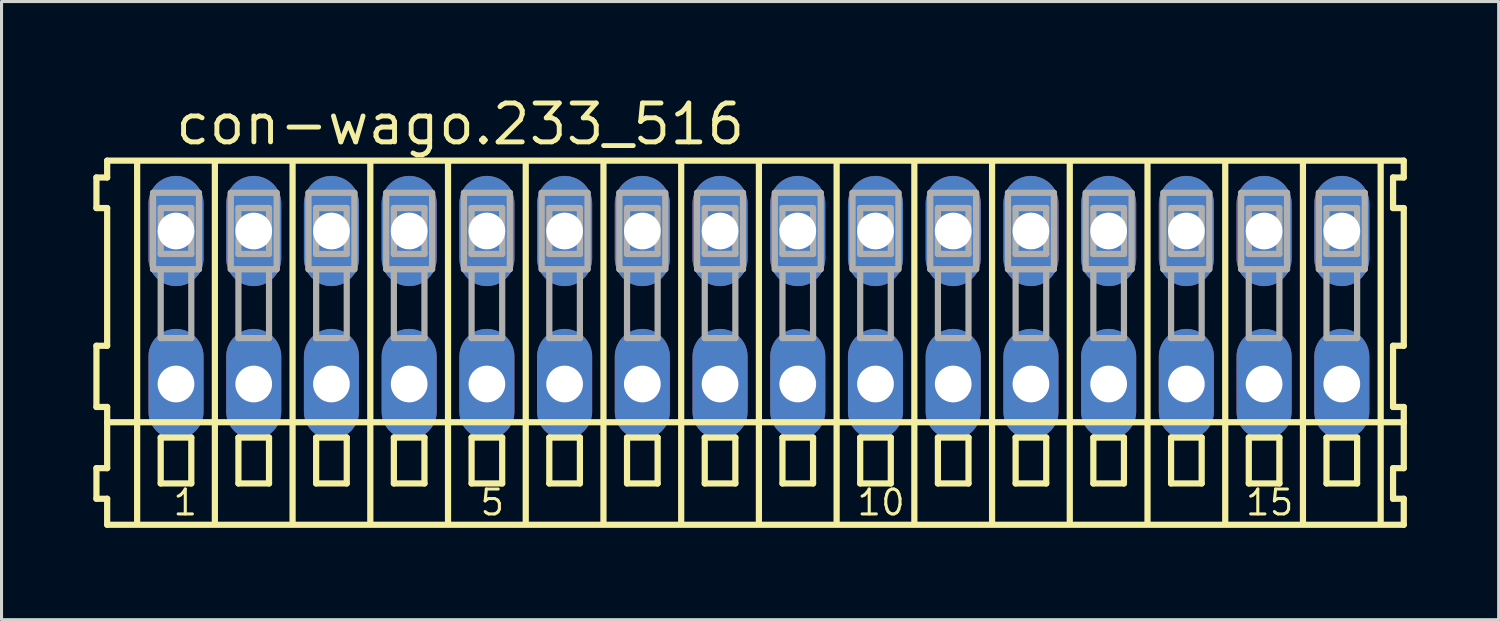
<source format=kicad_pcb>
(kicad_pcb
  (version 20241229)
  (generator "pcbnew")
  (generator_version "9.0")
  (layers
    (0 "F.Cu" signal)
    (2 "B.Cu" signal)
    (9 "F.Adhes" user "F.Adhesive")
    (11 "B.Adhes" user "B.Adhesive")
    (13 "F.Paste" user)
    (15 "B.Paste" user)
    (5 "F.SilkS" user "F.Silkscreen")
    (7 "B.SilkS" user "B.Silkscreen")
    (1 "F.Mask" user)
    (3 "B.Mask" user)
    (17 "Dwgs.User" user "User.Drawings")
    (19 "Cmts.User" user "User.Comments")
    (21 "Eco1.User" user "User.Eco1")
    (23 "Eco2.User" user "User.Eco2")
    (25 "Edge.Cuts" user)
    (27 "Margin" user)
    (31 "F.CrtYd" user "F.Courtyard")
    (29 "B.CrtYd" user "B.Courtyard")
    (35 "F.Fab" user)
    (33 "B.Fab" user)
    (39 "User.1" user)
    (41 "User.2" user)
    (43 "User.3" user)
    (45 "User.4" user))
  (footprint "con-wago.233_516"
    (layer "F.Cu")
    (at 21.752 7)
    (property "Reference" "con-wago.233_516" (at -19.15 -5.25 0) (layer "F.SilkS") (effects (font (size 1.27 1.27) (thickness 0.16)) (justify left bottom)))
    (attr through_hole)
    (fp_line (start -21.65 -4.25) (end -21.65 -3.25) (stroke (width 0.203) (type default)) (layer "F.SilkS"))
    (fp_line (start -21.65 -3.25) (end -21.3 -3.25) (stroke (width 0.203) (type default)) (layer "F.SilkS"))
    (fp_line (start -21.65 1.25) (end -21.65 3.25) (stroke (width 0.203) (type default)) (layer "F.SilkS"))
    (fp_line (start -21.65 3.25) (end -21.3 3.25) (stroke (width 0.203) (type default)) (layer "F.SilkS"))
    (fp_line (start -21.65 5.25) (end -21.65 6.25) (stroke (width 0.203) (type default)) (layer "F.SilkS"))
    (fp_line (start -21.65 6.25) (end -21.3 6.25) (stroke (width 0.203) (type default)) (layer "F.SilkS"))
    (fp_line (start -21.3 -4.8) (end -21.3 -4.25) (stroke (width 0.203) (type default)) (layer "F.SilkS"))
    (fp_line (start -21.3 -4.25) (end -21.65 -4.25) (stroke (width 0.203) (type default)) (layer "F.SilkS"))
    (fp_line (start -21.3 -3.25) (end -21.3 1.25) (stroke (width 0.203) (type default)) (layer "F.SilkS"))
    (fp_line (start -21.3 1.25) (end -21.65 1.25) (stroke (width 0.203) (type default)) (layer "F.SilkS"))
    (fp_line (start -21.3 3.25) (end -21.3 5.25) (stroke (width 0.203) (type default)) (layer "F.SilkS"))
    (fp_line (start -21.3 3.75) (end 21.075 3.75) (stroke (width 0.203) (type default)) (layer "F.SilkS"))
    (fp_line (start -21.3 5.25) (end -21.65 5.25) (stroke (width 0.203) (type default)) (layer "F.SilkS"))
    (fp_line (start -21.3 6.25) (end -21.3 7.1) (stroke (width 0.203) (type default)) (layer "F.SilkS"))
    (fp_line (start -21.3 7.1) (end 21.075 7.1) (stroke (width 0.203) (type default)) (layer "F.SilkS"))
    (fp_line (start -20.32 6.985) (end -20.32 -4.699) (stroke (width 0.203) (type default)) (layer "F.SilkS"))
    (fp_line (start -19.55 4.25) (end -19.55 5.75) (stroke (width 0.203) (type default)) (layer "F.SilkS"))
    (fp_line (start -19.55 5.75) (end -18.55 5.75) (stroke (width 0.203) (type default)) (layer "F.SilkS"))
    (fp_line (start -18.55 4.25) (end -19.55 4.25) (stroke (width 0.203) (type default)) (layer "F.SilkS"))
    (fp_line (start -18.55 5.75) (end -18.55 4.25) (stroke (width 0.203) (type default)) (layer "F.SilkS"))
    (fp_line (start -17.78 6.985) (end -17.78 -4.699) (stroke (width 0.203) (type default)) (layer "F.SilkS"))
    (fp_line (start -17.01 4.25) (end -17.01 5.75) (stroke (width 0.203) (type default)) (layer "F.SilkS"))
    (fp_line (start -17.01 5.75) (end -16.01 5.75) (stroke (width 0.203) (type default)) (layer "F.SilkS"))
    (fp_line (start -16.01 4.25) (end -17.01 4.25) (stroke (width 0.203) (type default)) (layer "F.SilkS"))
    (fp_line (start -16.01 5.75) (end -16.01 4.25) (stroke (width 0.203) (type default)) (layer "F.SilkS"))
    (fp_line (start -15.24 6.985) (end -15.24 -4.699) (stroke (width 0.203) (type default)) (layer "F.SilkS"))
    (fp_line (start -14.47 4.25) (end -14.47 5.75) (stroke (width 0.203) (type default)) (layer "F.SilkS"))
    (fp_line (start -14.47 5.75) (end -13.47 5.75) (stroke (width 0.203) (type default)) (layer "F.SilkS"))
    (fp_line (start -13.47 4.25) (end -14.47 4.25) (stroke (width 0.203) (type default)) (layer "F.SilkS"))
    (fp_line (start -13.47 5.75) (end -13.47 4.25) (stroke (width 0.203) (type default)) (layer "F.SilkS"))
    (fp_line (start -12.7 6.985) (end -12.7 -4.699) (stroke (width 0.203) (type default)) (layer "F.SilkS"))
    (fp_line (start -11.93 4.25) (end -11.93 5.75) (stroke (width 0.203) (type default)) (layer "F.SilkS"))
    (fp_line (start -11.93 5.75) (end -10.93 5.75) (stroke (width 0.203) (type default)) (layer "F.SilkS"))
    (fp_line (start -10.93 4.25) (end -11.93 4.25) (stroke (width 0.203) (type default)) (layer "F.SilkS"))
    (fp_line (start -10.93 5.75) (end -10.93 4.25) (stroke (width 0.203) (type default)) (layer "F.SilkS"))
    (fp_line (start -10.16 6.985) (end -10.16 -4.699) (stroke (width 0.203) (type default)) (layer "F.SilkS"))
    (fp_line (start -9.39 4.25) (end -9.39 5.75) (stroke (width 0.203) (type default)) (layer "F.SilkS"))
    (fp_line (start -9.39 5.75) (end -8.39 5.75) (stroke (width 0.203) (type default)) (layer "F.SilkS"))
    (fp_line (start -8.39 4.25) (end -9.39 4.25) (stroke (width 0.203) (type default)) (layer "F.SilkS"))
    (fp_line (start -8.39 5.75) (end -8.39 4.25) (stroke (width 0.203) (type default)) (layer "F.SilkS"))
    (fp_line (start -7.62 6.985) (end -7.62 -4.699) (stroke (width 0.203) (type default)) (layer "F.SilkS"))
    (fp_line (start -6.85 4.25) (end -6.85 5.75) (stroke (width 0.203) (type default)) (layer "F.SilkS"))
    (fp_line (start -6.85 5.75) (end -5.85 5.75) (stroke (width 0.203) (type default)) (layer "F.SilkS"))
    (fp_line (start -5.85 4.25) (end -6.85 4.25) (stroke (width 0.203) (type default)) (layer "F.SilkS"))
    (fp_line (start -5.85 5.75) (end -5.85 4.25) (stroke (width 0.203) (type default)) (layer "F.SilkS"))
    (fp_line (start -5.08 6.985) (end -5.08 -4.699) (stroke (width 0.203) (type default)) (layer "F.SilkS"))
    (fp_line (start -4.31 4.25) (end -4.31 5.75) (stroke (width 0.203) (type default)) (layer "F.SilkS"))
    (fp_line (start -4.31 5.75) (end -3.31 5.75) (stroke (width 0.203) (type default)) (layer "F.SilkS"))
    (fp_line (start -3.31 4.25) (end -4.31 4.25) (stroke (width 0.203) (type default)) (layer "F.SilkS"))
    (fp_line (start -3.31 5.75) (end -3.31 4.25) (stroke (width 0.203) (type default)) (layer "F.SilkS"))
    (fp_line (start -2.54 6.985) (end -2.54 -4.699) (stroke (width 0.203) (type default)) (layer "F.SilkS"))
    (fp_line (start -1.77 4.25) (end -1.77 5.75) (stroke (width 0.203) (type default)) (layer "F.SilkS"))
    (fp_line (start -1.77 5.75) (end -0.77 5.75) (stroke (width 0.203) (type default)) (layer "F.SilkS"))
    (fp_line (start -0.77 4.25) (end -1.77 4.25) (stroke (width 0.203) (type default)) (layer "F.SilkS"))
    (fp_line (start -0.77 5.75) (end -0.77 4.25) (stroke (width 0.203) (type default)) (layer "F.SilkS"))
    (fp_line (start 0 6.985) (end 0 -4.699) (stroke (width 0.203) (type default)) (layer "F.SilkS"))
    (fp_line (start 0.77 4.25) (end 0.77 5.75) (stroke (width 0.203) (type default)) (layer "F.SilkS"))
    (fp_line (start 0.77 5.75) (end 1.77 5.75) (stroke (width 0.203) (type default)) (layer "F.SilkS"))
    (fp_line (start 1.77 4.25) (end 0.77 4.25) (stroke (width 0.203) (type default)) (layer "F.SilkS"))
    (fp_line (start 1.77 5.75) (end 1.77 4.25) (stroke (width 0.203) (type default)) (layer "F.SilkS"))
    (fp_line (start 2.54 6.985) (end 2.54 -4.699) (stroke (width 0.203) (type default)) (layer "F.SilkS"))
    (fp_line (start 3.31 4.25) (end 3.31 5.75) (stroke (width 0.203) (type default)) (layer "F.SilkS"))
    (fp_line (start 3.31 5.75) (end 4.31 5.75) (stroke (width 0.203) (type default)) (layer "F.SilkS"))
    (fp_line (start 4.31 4.25) (end 3.31 4.25) (stroke (width 0.203) (type default)) (layer "F.SilkS"))
    (fp_line (start 4.31 5.75) (end 4.31 4.25) (stroke (width 0.203) (type default)) (layer "F.SilkS"))
    (fp_line (start 5.08 6.985) (end 5.08 -4.699) (stroke (width 0.203) (type default)) (layer "F.SilkS"))
    (fp_line (start 5.85 4.25) (end 5.85 5.75) (stroke (width 0.203) (type default)) (layer "F.SilkS"))
    (fp_line (start 5.85 5.75) (end 6.85 5.75) (stroke (width 0.203) (type default)) (layer "F.SilkS"))
    (fp_line (start 6.85 4.25) (end 5.85 4.25) (stroke (width 0.203) (type default)) (layer "F.SilkS"))
    (fp_line (start 6.85 5.75) (end 6.85 4.25) (stroke (width 0.203) (type default)) (layer "F.SilkS"))
    (fp_line (start 7.62 6.985) (end 7.62 -4.699) (stroke (width 0.203) (type default)) (layer "F.SilkS"))
    (fp_line (start 8.39 4.25) (end 8.39 5.75) (stroke (width 0.203) (type default)) (layer "F.SilkS"))
    (fp_line (start 8.39 5.75) (end 9.39 5.75) (stroke (width 0.203) (type default)) (layer "F.SilkS"))
    (fp_line (start 9.39 4.25) (end 8.39 4.25) (stroke (width 0.203) (type default)) (layer "F.SilkS"))
    (fp_line (start 9.39 5.75) (end 9.39 4.25) (stroke (width 0.203) (type default)) (layer "F.SilkS"))
    (fp_line (start 10.16 6.985) (end 10.16 -4.699) (stroke (width 0.203) (type default)) (layer "F.SilkS"))
    (fp_line (start 10.93 4.25) (end 10.93 5.75) (stroke (width 0.203) (type default)) (layer "F.SilkS"))
    (fp_line (start 10.93 5.75) (end 11.93 5.75) (stroke (width 0.203) (type default)) (layer "F.SilkS"))
    (fp_line (start 11.93 4.25) (end 10.93 4.25) (stroke (width 0.203) (type default)) (layer "F.SilkS"))
    (fp_line (start 11.93 5.75) (end 11.93 4.25) (stroke (width 0.203) (type default)) (layer "F.SilkS"))
    (fp_line (start 12.7 6.985) (end 12.7 -4.699) (stroke (width 0.203) (type default)) (layer "F.SilkS"))
    (fp_line (start 13.47 4.25) (end 13.47 5.75) (stroke (width 0.203) (type default)) (layer "F.SilkS"))
    (fp_line (start 13.47 5.75) (end 14.47 5.75) (stroke (width 0.203) (type default)) (layer "F.SilkS"))
    (fp_line (start 14.47 4.25) (end 13.47 4.25) (stroke (width 0.203) (type default)) (layer "F.SilkS"))
    (fp_line (start 14.47 5.75) (end 14.47 4.25) (stroke (width 0.203) (type default)) (layer "F.SilkS"))
    (fp_line (start 15.24 6.985) (end 15.24 -4.699) (stroke (width 0.203) (type default)) (layer "F.SilkS"))
    (fp_line (start 16.01 4.25) (end 16.01 5.75) (stroke (width 0.203) (type default)) (layer "F.SilkS"))
    (fp_line (start 16.01 5.75) (end 17.01 5.75) (stroke (width 0.203) (type default)) (layer "F.SilkS"))
    (fp_line (start 17.01 4.25) (end 16.01 4.25) (stroke (width 0.203) (type default)) (layer "F.SilkS"))
    (fp_line (start 17.01 5.75) (end 17.01 4.25) (stroke (width 0.203) (type default)) (layer "F.SilkS"))
    (fp_line (start 17.78 6.985) (end 17.78 -4.699) (stroke (width 0.203) (type default)) (layer "F.SilkS"))
    (fp_line (start 18.55 4.25) (end 18.55 5.75) (stroke (width 0.203) (type default)) (layer "F.SilkS"))
    (fp_line (start 18.55 5.75) (end 19.55 5.75) (stroke (width 0.203) (type default)) (layer "F.SilkS"))
    (fp_line (start 19.55 4.25) (end 18.55 4.25) (stroke (width 0.203) (type default)) (layer "F.SilkS"))
    (fp_line (start 19.55 5.75) (end 19.55 4.25) (stroke (width 0.203) (type default)) (layer "F.SilkS"))
    (fp_line (start 20.32 6.985) (end 20.32 -4.699) (stroke (width 0.203) (type default)) (layer "F.SilkS"))
    (fp_line (start 20.725 -4.25) (end 20.725 -3.25) (stroke (width 0.203) (type default)) (layer "F.SilkS"))
    (fp_line (start 20.725 -3.25) (end 21.075 -3.25) (stroke (width 0.203) (type default)) (layer "F.SilkS"))
    (fp_line (start 20.725 1.25) (end 20.725 3.25) (stroke (width 0.203) (type default)) (layer "F.SilkS"))
    (fp_line (start 20.725 3.25) (end 21.075 3.25) (stroke (width 0.203) (type default)) (layer "F.SilkS"))
    (fp_line (start 20.725 5.25) (end 20.725 6.25) (stroke (width 0.203) (type default)) (layer "F.SilkS"))
    (fp_line (start 20.725 6.25) (end 21.075 6.25) (stroke (width 0.203) (type default)) (layer "F.SilkS"))
    (fp_line (start 21.075 -4.8) (end -21.3 -4.8) (stroke (width 0.203) (type default)) (layer "F.SilkS"))
    (fp_line (start 21.075 -4.25) (end 20.725 -4.25) (stroke (width 0.203) (type default)) (layer "F.SilkS"))
    (fp_line (start 21.075 -4.25) (end 21.075 -4.8) (stroke (width 0.203) (type default)) (layer "F.SilkS"))
    (fp_line (start 21.075 1.25) (end 20.725 1.25) (stroke (width 0.203) (type default)) (layer "F.SilkS"))
    (fp_line (start 21.075 1.25) (end 21.075 -3.25) (stroke (width 0.203) (type default)) (layer "F.SilkS"))
    (fp_line (start 21.075 3.75) (end 21.075 3.25) (stroke (width 0.203) (type default)) (layer "F.SilkS"))
    (fp_line (start 21.075 5.25) (end 20.725 5.25) (stroke (width 0.203) (type default)) (layer "F.SilkS"))
    (fp_line (start 21.075 5.25) (end 21.075 3.75) (stroke (width 0.203) (type default)) (layer "F.SilkS"))
    (fp_line (start 21.075 7.1) (end 21.075 6.25) (stroke (width 0.203) (type default)) (layer "F.SilkS"))
    (fp_line (start -19.8 -3.75) (end -19.8 -1.25) (stroke (width 0.203) (type default)) (layer "F.Fab"))
    (fp_line (start -19.8 -1.25) (end -19.55 -1.25) (stroke (width 0.203) (type default)) (layer "F.Fab"))
    (fp_line (start -19.55 -3.25) (end -19.55 -1.75) (stroke (width 0.203) (type default)) (layer "F.Fab"))
    (fp_line (start -19.55 -1.75) (end -18.55 -1.75) (stroke (width 0.203) (type default)) (layer "F.Fab"))
    (fp_line (start -19.55 -1.25) (end -19.55 1) (stroke (width 0.203) (type default)) (layer "F.Fab"))
    (fp_line (start -19.55 -1.25) (end -18.55 -1.25) (stroke (width 0.203) (type default)) (layer "F.Fab"))
    (fp_line (start -19.55 1) (end -18.55 1) (stroke (width 0.203) (type default)) (layer "F.Fab"))
    (fp_line (start -18.55 -3.25) (end -19.55 -3.25) (stroke (width 0.203) (type default)) (layer "F.Fab"))
    (fp_line (start -18.55 -1.75) (end -18.55 -3.25) (stroke (width 0.203) (type default)) (layer "F.Fab"))
    (fp_line (start -18.55 -1.25) (end -18.3 -1.25) (stroke (width 0.203) (type default)) (layer "F.Fab"))
    (fp_line (start -18.55 1) (end -18.55 -1.25) (stroke (width 0.203) (type default)) (layer "F.Fab"))
    (fp_line (start -18.3 -3.75) (end -19.8 -3.75) (stroke (width 0.203) (type default)) (layer "F.Fab"))
    (fp_line (start -18.3 -1.25) (end -18.3 -3.75) (stroke (width 0.203) (type default)) (layer "F.Fab"))
    (fp_line (start -17.26 -3.75) (end -17.26 -1.25) (stroke (width 0.203) (type default)) (layer "F.Fab"))
    (fp_line (start -17.26 -1.25) (end -17.01 -1.25) (stroke (width 0.203) (type default)) (layer "F.Fab"))
    (fp_line (start -17.01 -3.25) (end -17.01 -1.75) (stroke (width 0.203) (type default)) (layer "F.Fab"))
    (fp_line (start -17.01 -1.75) (end -16.01 -1.75) (stroke (width 0.203) (type default)) (layer "F.Fab"))
    (fp_line (start -17.01 -1.25) (end -17.01 1) (stroke (width 0.203) (type default)) (layer "F.Fab"))
    (fp_line (start -17.01 -1.25) (end -16.01 -1.25) (stroke (width 0.203) (type default)) (layer "F.Fab"))
    (fp_line (start -17.01 1) (end -16.01 1) (stroke (width 0.203) (type default)) (layer "F.Fab"))
    (fp_line (start -16.01 -3.25) (end -17.01 -3.25) (stroke (width 0.203) (type default)) (layer "F.Fab"))
    (fp_line (start -16.01 -1.75) (end -16.01 -3.25) (stroke (width 0.203) (type default)) (layer "F.Fab"))
    (fp_line (start -16.01 -1.25) (end -15.76 -1.25) (stroke (width 0.203) (type default)) (layer "F.Fab"))
    (fp_line (start -16.01 1) (end -16.01 -1.25) (stroke (width 0.203) (type default)) (layer "F.Fab"))
    (fp_line (start -15.76 -3.75) (end -17.26 -3.75) (stroke (width 0.203) (type default)) (layer "F.Fab"))
    (fp_line (start -15.76 -1.25) (end -15.76 -3.75) (stroke (width 0.203) (type default)) (layer "F.Fab"))
    (fp_line (start -14.72 -3.75) (end -14.72 -1.25) (stroke (width 0.203) (type default)) (layer "F.Fab"))
    (fp_line (start -14.72 -1.25) (end -14.47 -1.25) (stroke (width 0.203) (type default)) (layer "F.Fab"))
    (fp_line (start -14.47 -3.25) (end -14.47 -1.75) (stroke (width 0.203) (type default)) (layer "F.Fab"))
    (fp_line (start -14.47 -1.75) (end -13.47 -1.75) (stroke (width 0.203) (type default)) (layer "F.Fab"))
    (fp_line (start -14.47 -1.25) (end -14.47 1) (stroke (width 0.203) (type default)) (layer "F.Fab"))
    (fp_line (start -14.47 -1.25) (end -13.47 -1.25) (stroke (width 0.203) (type default)) (layer "F.Fab"))
    (fp_line (start -14.47 1) (end -13.47 1) (stroke (width 0.203) (type default)) (layer "F.Fab"))
    (fp_line (start -13.47 -3.25) (end -14.47 -3.25) (stroke (width 0.203) (type default)) (layer "F.Fab"))
    (fp_line (start -13.47 -1.75) (end -13.47 -3.25) (stroke (width 0.203) (type default)) (layer "F.Fab"))
    (fp_line (start -13.47 -1.25) (end -13.22 -1.25) (stroke (width 0.203) (type default)) (layer "F.Fab"))
    (fp_line (start -13.47 1) (end -13.47 -1.25) (stroke (width 0.203) (type default)) (layer "F.Fab"))
    (fp_line (start -13.22 -3.75) (end -14.72 -3.75) (stroke (width 0.203) (type default)) (layer "F.Fab"))
    (fp_line (start -13.22 -1.25) (end -13.22 -3.75) (stroke (width 0.203) (type default)) (layer "F.Fab"))
    (fp_line (start -12.18 -3.75) (end -12.18 -1.25) (stroke (width 0.203) (type default)) (layer "F.Fab"))
    (fp_line (start -12.18 -1.25) (end -11.93 -1.25) (stroke (width 0.203) (type default)) (layer "F.Fab"))
    (fp_line (start -11.93 -3.25) (end -11.93 -1.75) (stroke (width 0.203) (type default)) (layer "F.Fab"))
    (fp_line (start -11.93 -1.75) (end -10.93 -1.75) (stroke (width 0.203) (type default)) (layer "F.Fab"))
    (fp_line (start -11.93 -1.25) (end -11.93 1) (stroke (width 0.203) (type default)) (layer "F.Fab"))
    (fp_line (start -11.93 -1.25) (end -10.93 -1.25) (stroke (width 0.203) (type default)) (layer "F.Fab"))
    (fp_line (start -11.93 1) (end -10.93 1) (stroke (width 0.203) (type default)) (layer "F.Fab"))
    (fp_line (start -10.93 -3.25) (end -11.93 -3.25) (stroke (width 0.203) (type default)) (layer "F.Fab"))
    (fp_line (start -10.93 -1.75) (end -10.93 -3.25) (stroke (width 0.203) (type default)) (layer "F.Fab"))
    (fp_line (start -10.93 -1.25) (end -10.68 -1.25) (stroke (width 0.203) (type default)) (layer "F.Fab"))
    (fp_line (start -10.93 1) (end -10.93 -1.25) (stroke (width 0.203) (type default)) (layer "F.Fab"))
    (fp_line (start -10.68 -3.75) (end -12.18 -3.75) (stroke (width 0.203) (type default)) (layer "F.Fab"))
    (fp_line (start -10.68 -1.25) (end -10.68 -3.75) (stroke (width 0.203) (type default)) (layer "F.Fab"))
    (fp_line (start -9.64 -3.75) (end -9.64 -1.25) (stroke (width 0.203) (type default)) (layer "F.Fab"))
    (fp_line (start -9.64 -1.25) (end -9.39 -1.25) (stroke (width 0.203) (type default)) (layer "F.Fab"))
    (fp_line (start -9.39 -3.25) (end -9.39 -1.75) (stroke (width 0.203) (type default)) (layer "F.Fab"))
    (fp_line (start -9.39 -1.75) (end -8.39 -1.75) (stroke (width 0.203) (type default)) (layer "F.Fab"))
    (fp_line (start -9.39 -1.25) (end -9.39 1) (stroke (width 0.203) (type default)) (layer "F.Fab"))
    (fp_line (start -9.39 -1.25) (end -8.39 -1.25) (stroke (width 0.203) (type default)) (layer "F.Fab"))
    (fp_line (start -9.39 1) (end -8.39 1) (stroke (width 0.203) (type default)) (layer "F.Fab"))
    (fp_line (start -8.39 -3.25) (end -9.39 -3.25) (stroke (width 0.203) (type default)) (layer "F.Fab"))
    (fp_line (start -8.39 -1.75) (end -8.39 -3.25) (stroke (width 0.203) (type default)) (layer "F.Fab"))
    (fp_line (start -8.39 -1.25) (end -8.14 -1.25) (stroke (width 0.203) (type default)) (layer "F.Fab"))
    (fp_line (start -8.39 1) (end -8.39 -1.25) (stroke (width 0.203) (type default)) (layer "F.Fab"))
    (fp_line (start -8.14 -3.75) (end -9.64 -3.75) (stroke (width 0.203) (type default)) (layer "F.Fab"))
    (fp_line (start -8.14 -1.25) (end -8.14 -3.75) (stroke (width 0.203) (type default)) (layer "F.Fab"))
    (fp_line (start -7.1 -3.75) (end -7.1 -1.25) (stroke (width 0.203) (type default)) (layer "F.Fab"))
    (fp_line (start -7.1 -1.25) (end -6.85 -1.25) (stroke (width 0.203) (type default)) (layer "F.Fab"))
    (fp_line (start -6.85 -3.25) (end -6.85 -1.75) (stroke (width 0.203) (type default)) (layer "F.Fab"))
    (fp_line (start -6.85 -1.75) (end -5.85 -1.75) (stroke (width 0.203) (type default)) (layer "F.Fab"))
    (fp_line (start -6.85 -1.25) (end -6.85 1) (stroke (width 0.203) (type default)) (layer "F.Fab"))
    (fp_line (start -6.85 -1.25) (end -5.85 -1.25) (stroke (width 0.203) (type default)) (layer "F.Fab"))
    (fp_line (start -6.85 1) (end -5.85 1) (stroke (width 0.203) (type default)) (layer "F.Fab"))
    (fp_line (start -5.85 -3.25) (end -6.85 -3.25) (stroke (width 0.203) (type default)) (layer "F.Fab"))
    (fp_line (start -5.85 -1.75) (end -5.85 -3.25) (stroke (width 0.203) (type default)) (layer "F.Fab"))
    (fp_line (start -5.85 -1.25) (end -5.6 -1.25) (stroke (width 0.203) (type default)) (layer "F.Fab"))
    (fp_line (start -5.85 1) (end -5.85 -1.25) (stroke (width 0.203) (type default)) (layer "F.Fab"))
    (fp_line (start -5.6 -3.75) (end -7.1 -3.75) (stroke (width 0.203) (type default)) (layer "F.Fab"))
    (fp_line (start -5.6 -1.25) (end -5.6 -3.75) (stroke (width 0.203) (type default)) (layer "F.Fab"))
    (fp_line (start -4.56 -3.75) (end -4.56 -1.25) (stroke (width 0.203) (type default)) (layer "F.Fab"))
    (fp_line (start -4.56 -1.25) (end -4.31 -1.25) (stroke (width 0.203) (type default)) (layer "F.Fab"))
    (fp_line (start -4.31 -3.25) (end -4.31 -1.75) (stroke (width 0.203) (type default)) (layer "F.Fab"))
    (fp_line (start -4.31 -1.75) (end -3.31 -1.75) (stroke (width 0.203) (type default)) (layer "F.Fab"))
    (fp_line (start -4.31 -1.25) (end -4.31 1) (stroke (width 0.203) (type default)) (layer "F.Fab"))
    (fp_line (start -4.31 -1.25) (end -3.31 -1.25) (stroke (width 0.203) (type default)) (layer "F.Fab"))
    (fp_line (start -4.31 1) (end -3.31 1) (stroke (width 0.203) (type default)) (layer "F.Fab"))
    (fp_line (start -3.31 -3.25) (end -4.31 -3.25) (stroke (width 0.203) (type default)) (layer "F.Fab"))
    (fp_line (start -3.31 -1.75) (end -3.31 -3.25) (stroke (width 0.203) (type default)) (layer "F.Fab"))
    (fp_line (start -3.31 -1.25) (end -3.06 -1.25) (stroke (width 0.203) (type default)) (layer "F.Fab"))
    (fp_line (start -3.31 1) (end -3.31 -1.25) (stroke (width 0.203) (type default)) (layer "F.Fab"))
    (fp_line (start -3.06 -3.75) (end -4.56 -3.75) (stroke (width 0.203) (type default)) (layer "F.Fab"))
    (fp_line (start -3.06 -1.25) (end -3.06 -3.75) (stroke (width 0.203) (type default)) (layer "F.Fab"))
    (fp_line (start -2.02 -3.75) (end -2.02 -1.25) (stroke (width 0.203) (type default)) (layer "F.Fab"))
    (fp_line (start -2.02 -1.25) (end -1.77 -1.25) (stroke (width 0.203) (type default)) (layer "F.Fab"))
    (fp_line (start -1.77 -3.25) (end -1.77 -1.75) (stroke (width 0.203) (type default)) (layer "F.Fab"))
    (fp_line (start -1.77 -1.75) (end -0.77 -1.75) (stroke (width 0.203) (type default)) (layer "F.Fab"))
    (fp_line (start -1.77 -1.25) (end -1.77 1) (stroke (width 0.203) (type default)) (layer "F.Fab"))
    (fp_line (start -1.77 -1.25) (end -0.77 -1.25) (stroke (width 0.203) (type default)) (layer "F.Fab"))
    (fp_line (start -1.77 1) (end -0.77 1) (stroke (width 0.203) (type default)) (layer "F.Fab"))
    (fp_line (start -0.77 -3.25) (end -1.77 -3.25) (stroke (width 0.203) (type default)) (layer "F.Fab"))
    (fp_line (start -0.77 -1.75) (end -0.77 -3.25) (stroke (width 0.203) (type default)) (layer "F.Fab"))
    (fp_line (start -0.77 -1.25) (end -0.52 -1.25) (stroke (width 0.203) (type default)) (layer "F.Fab"))
    (fp_line (start -0.77 1) (end -0.77 -1.25) (stroke (width 0.203) (type default)) (layer "F.Fab"))
    (fp_line (start -0.52 -3.75) (end -2.02 -3.75) (stroke (width 0.203) (type default)) (layer "F.Fab"))
    (fp_line (start -0.52 -1.25) (end -0.52 -3.75) (stroke (width 0.203) (type default)) (layer "F.Fab"))
    (fp_line (start 0.52 -3.75) (end 0.52 -1.25) (stroke (width 0.203) (type default)) (layer "F.Fab"))
    (fp_line (start 0.52 -1.25) (end 0.77 -1.25) (stroke (width 0.203) (type default)) (layer "F.Fab"))
    (fp_line (start 0.77 -3.25) (end 0.77 -1.75) (stroke (width 0.203) (type default)) (layer "F.Fab"))
    (fp_line (start 0.77 -1.75) (end 1.77 -1.75) (stroke (width 0.203) (type default)) (layer "F.Fab"))
    (fp_line (start 0.77 -1.25) (end 0.77 1) (stroke (width 0.203) (type default)) (layer "F.Fab"))
    (fp_line (start 0.77 -1.25) (end 1.77 -1.25) (stroke (width 0.203) (type default)) (layer "F.Fab"))
    (fp_line (start 0.77 1) (end 1.77 1) (stroke (width 0.203) (type default)) (layer "F.Fab"))
    (fp_line (start 1.77 -3.25) (end 0.77 -3.25) (stroke (width 0.203) (type default)) (layer "F.Fab"))
    (fp_line (start 1.77 -1.75) (end 1.77 -3.25) (stroke (width 0.203) (type default)) (layer "F.Fab"))
    (fp_line (start 1.77 -1.25) (end 2.02 -1.25) (stroke (width 0.203) (type default)) (layer "F.Fab"))
    (fp_line (start 1.77 1) (end 1.77 -1.25) (stroke (width 0.203) (type default)) (layer "F.Fab"))
    (fp_line (start 2.02 -3.75) (end 0.52 -3.75) (stroke (width 0.203) (type default)) (layer "F.Fab"))
    (fp_line (start 2.02 -1.25) (end 2.02 -3.75) (stroke (width 0.203) (type default)) (layer "F.Fab"))
    (fp_line (start 3.06 -3.75) (end 3.06 -1.25) (stroke (width 0.203) (type default)) (layer "F.Fab"))
    (fp_line (start 3.06 -1.25) (end 3.31 -1.25) (stroke (width 0.203) (type default)) (layer "F.Fab"))
    (fp_line (start 3.31 -3.25) (end 3.31 -1.75) (stroke (width 0.203) (type default)) (layer "F.Fab"))
    (fp_line (start 3.31 -1.75) (end 4.31 -1.75) (stroke (width 0.203) (type default)) (layer "F.Fab"))
    (fp_line (start 3.31 -1.25) (end 3.31 1) (stroke (width 0.203) (type default)) (layer "F.Fab"))
    (fp_line (start 3.31 -1.25) (end 4.31 -1.25) (stroke (width 0.203) (type default)) (layer "F.Fab"))
    (fp_line (start 3.31 1) (end 4.31 1) (stroke (width 0.203) (type default)) (layer "F.Fab"))
    (fp_line (start 4.31 -3.25) (end 3.31 -3.25) (stroke (width 0.203) (type default)) (layer "F.Fab"))
    (fp_line (start 4.31 -1.75) (end 4.31 -3.25) (stroke (width 0.203) (type default)) (layer "F.Fab"))
    (fp_line (start 4.31 -1.25) (end 4.56 -1.25) (stroke (width 0.203) (type default)) (layer "F.Fab"))
    (fp_line (start 4.31 1) (end 4.31 -1.25) (stroke (width 0.203) (type default)) (layer "F.Fab"))
    (fp_line (start 4.56 -3.75) (end 3.06 -3.75) (stroke (width 0.203) (type default)) (layer "F.Fab"))
    (fp_line (start 4.56 -1.25) (end 4.56 -3.75) (stroke (width 0.203) (type default)) (layer "F.Fab"))
    (fp_line (start 5.6 -3.75) (end 5.6 -1.25) (stroke (width 0.203) (type default)) (layer "F.Fab"))
    (fp_line (start 5.6 -1.25) (end 5.85 -1.25) (stroke (width 0.203) (type default)) (layer "F.Fab"))
    (fp_line (start 5.85 -3.25) (end 5.85 -1.75) (stroke (width 0.203) (type default)) (layer "F.Fab"))
    (fp_line (start 5.85 -1.75) (end 6.85 -1.75) (stroke (width 0.203) (type default)) (layer "F.Fab"))
    (fp_line (start 5.85 -1.25) (end 5.85 1) (stroke (width 0.203) (type default)) (layer "F.Fab"))
    (fp_line (start 5.85 -1.25) (end 6.85 -1.25) (stroke (width 0.203) (type default)) (layer "F.Fab"))
    (fp_line (start 5.85 1) (end 6.85 1) (stroke (width 0.203) (type default)) (layer "F.Fab"))
    (fp_line (start 6.85 -3.25) (end 5.85 -3.25) (stroke (width 0.203) (type default)) (layer "F.Fab"))
    (fp_line (start 6.85 -1.75) (end 6.85 -3.25) (stroke (width 0.203) (type default)) (layer "F.Fab"))
    (fp_line (start 6.85 -1.25) (end 7.1 -1.25) (stroke (width 0.203) (type default)) (layer "F.Fab"))
    (fp_line (start 6.85 1) (end 6.85 -1.25) (stroke (width 0.203) (type default)) (layer "F.Fab"))
    (fp_line (start 7.1 -3.75) (end 5.6 -3.75) (stroke (width 0.203) (type default)) (layer "F.Fab"))
    (fp_line (start 7.1 -1.25) (end 7.1 -3.75) (stroke (width 0.203) (type default)) (layer "F.Fab"))
    (fp_line (start 8.14 -3.75) (end 8.14 -1.25) (stroke (width 0.203) (type default)) (layer "F.Fab"))
    (fp_line (start 8.14 -1.25) (end 8.39 -1.25) (stroke (width 0.203) (type default)) (layer "F.Fab"))
    (fp_line (start 8.39 -3.25) (end 8.39 -1.75) (stroke (width 0.203) (type default)) (layer "F.Fab"))
    (fp_line (start 8.39 -1.75) (end 9.39 -1.75) (stroke (width 0.203) (type default)) (layer "F.Fab"))
    (fp_line (start 8.39 -1.25) (end 8.39 1) (stroke (width 0.203) (type default)) (layer "F.Fab"))
    (fp_line (start 8.39 -1.25) (end 9.39 -1.25) (stroke (width 0.203) (type default)) (layer "F.Fab"))
    (fp_line (start 8.39 1) (end 9.39 1) (stroke (width 0.203) (type default)) (layer "F.Fab"))
    (fp_line (start 9.39 -3.25) (end 8.39 -3.25) (stroke (width 0.203) (type default)) (layer "F.Fab"))
    (fp_line (start 9.39 -1.75) (end 9.39 -3.25) (stroke (width 0.203) (type default)) (layer "F.Fab"))
    (fp_line (start 9.39 -1.25) (end 9.64 -1.25) (stroke (width 0.203) (type default)) (layer "F.Fab"))
    (fp_line (start 9.39 1) (end 9.39 -1.25) (stroke (width 0.203) (type default)) (layer "F.Fab"))
    (fp_line (start 9.64 -3.75) (end 8.14 -3.75) (stroke (width 0.203) (type default)) (layer "F.Fab"))
    (fp_line (start 9.64 -1.25) (end 9.64 -3.75) (stroke (width 0.203) (type default)) (layer "F.Fab"))
    (fp_line (start 10.68 -3.75) (end 10.68 -1.25) (stroke (width 0.203) (type default)) (layer "F.Fab"))
    (fp_line (start 10.68 -1.25) (end 10.93 -1.25) (stroke (width 0.203) (type default)) (layer "F.Fab"))
    (fp_line (start 10.93 -3.25) (end 10.93 -1.75) (stroke (width 0.203) (type default)) (layer "F.Fab"))
    (fp_line (start 10.93 -1.75) (end 11.93 -1.75) (stroke (width 0.203) (type default)) (layer "F.Fab"))
    (fp_line (start 10.93 -1.25) (end 10.93 1) (stroke (width 0.203) (type default)) (layer "F.Fab"))
    (fp_line (start 10.93 -1.25) (end 11.93 -1.25) (stroke (width 0.203) (type default)) (layer "F.Fab"))
    (fp_line (start 10.93 1) (end 11.93 1) (stroke (width 0.203) (type default)) (layer "F.Fab"))
    (fp_line (start 11.93 -3.25) (end 10.93 -3.25) (stroke (width 0.203) (type default)) (layer "F.Fab"))
    (fp_line (start 11.93 -1.75) (end 11.93 -3.25) (stroke (width 0.203) (type default)) (layer "F.Fab"))
    (fp_line (start 11.93 -1.25) (end 12.18 -1.25) (stroke (width 0.203) (type default)) (layer "F.Fab"))
    (fp_line (start 11.93 1) (end 11.93 -1.25) (stroke (width 0.203) (type default)) (layer "F.Fab"))
    (fp_line (start 12.18 -3.75) (end 10.68 -3.75) (stroke (width 0.203) (type default)) (layer "F.Fab"))
    (fp_line (start 12.18 -1.25) (end 12.18 -3.75) (stroke (width 0.203) (type default)) (layer "F.Fab"))
    (fp_line (start 13.22 -3.75) (end 13.22 -1.25) (stroke (width 0.203) (type default)) (layer "F.Fab"))
    (fp_line (start 13.22 -1.25) (end 13.47 -1.25) (stroke (width 0.203) (type default)) (layer "F.Fab"))
    (fp_line (start 13.47 -3.25) (end 13.47 -1.75) (stroke (width 0.203) (type default)) (layer "F.Fab"))
    (fp_line (start 13.47 -1.75) (end 14.47 -1.75) (stroke (width 0.203) (type default)) (layer "F.Fab"))
    (fp_line (start 13.47 -1.25) (end 13.47 1) (stroke (width 0.203) (type default)) (layer "F.Fab"))
    (fp_line (start 13.47 -1.25) (end 14.47 -1.25) (stroke (width 0.203) (type default)) (layer "F.Fab"))
    (fp_line (start 13.47 1) (end 14.47 1) (stroke (width 0.203) (type default)) (layer "F.Fab"))
    (fp_line (start 14.47 -3.25) (end 13.47 -3.25) (stroke (width 0.203) (type default)) (layer "F.Fab"))
    (fp_line (start 14.47 -1.75) (end 14.47 -3.25) (stroke (width 0.203) (type default)) (layer "F.Fab"))
    (fp_line (start 14.47 -1.25) (end 14.72 -1.25) (stroke (width 0.203) (type default)) (layer "F.Fab"))
    (fp_line (start 14.47 1) (end 14.47 -1.25) (stroke (width 0.203) (type default)) (layer "F.Fab"))
    (fp_line (start 14.72 -3.75) (end 13.22 -3.75) (stroke (width 0.203) (type default)) (layer "F.Fab"))
    (fp_line (start 14.72 -1.25) (end 14.72 -3.75) (stroke (width 0.203) (type default)) (layer "F.Fab"))
    (fp_line (start 15.76 -3.75) (end 15.76 -1.25) (stroke (width 0.203) (type default)) (layer "F.Fab"))
    (fp_line (start 15.76 -1.25) (end 16.01 -1.25) (stroke (width 0.203) (type default)) (layer "F.Fab"))
    (fp_line (start 16.01 -3.25) (end 16.01 -1.75) (stroke (width 0.203) (type default)) (layer "F.Fab"))
    (fp_line (start 16.01 -1.75) (end 17.01 -1.75) (stroke (width 0.203) (type default)) (layer "F.Fab"))
    (fp_line (start 16.01 -1.25) (end 16.01 1) (stroke (width 0.203) (type default)) (layer "F.Fab"))
    (fp_line (start 16.01 -1.25) (end 17.01 -1.25) (stroke (width 0.203) (type default)) (layer "F.Fab"))
    (fp_line (start 16.01 1) (end 17.01 1) (stroke (width 0.203) (type default)) (layer "F.Fab"))
    (fp_line (start 17.01 -3.25) (end 16.01 -3.25) (stroke (width 0.203) (type default)) (layer "F.Fab"))
    (fp_line (start 17.01 -1.75) (end 17.01 -3.25) (stroke (width 0.203) (type default)) (layer "F.Fab"))
    (fp_line (start 17.01 -1.25) (end 17.26 -1.25) (stroke (width 0.203) (type default)) (layer "F.Fab"))
    (fp_line (start 17.01 1) (end 17.01 -1.25) (stroke (width 0.203) (type default)) (layer "F.Fab"))
    (fp_line (start 17.26 -3.75) (end 15.76 -3.75) (stroke (width 0.203) (type default)) (layer "F.Fab"))
    (fp_line (start 17.26 -1.25) (end 17.26 -3.75) (stroke (width 0.203) (type default)) (layer "F.Fab"))
    (fp_line (start 18.3 -3.75) (end 18.3 -1.25) (stroke (width 0.203) (type default)) (layer "F.Fab"))
    (fp_line (start 18.3 -1.25) (end 18.55 -1.25) (stroke (width 0.203) (type default)) (layer "F.Fab"))
    (fp_line (start 18.55 -3.25) (end 18.55 -1.75) (stroke (width 0.203) (type default)) (layer "F.Fab"))
    (fp_line (start 18.55 -1.75) (end 19.55 -1.75) (stroke (width 0.203) (type default)) (layer "F.Fab"))
    (fp_line (start 18.55 -1.25) (end 18.55 1) (stroke (width 0.203) (type default)) (layer "F.Fab"))
    (fp_line (start 18.55 -1.25) (end 19.55 -1.25) (stroke (width 0.203) (type default)) (layer "F.Fab"))
    (fp_line (start 18.55 1) (end 19.55 1) (stroke (width 0.203) (type default)) (layer "F.Fab"))
    (fp_line (start 19.55 -3.25) (end 18.55 -3.25) (stroke (width 0.203) (type default)) (layer "F.Fab"))
    (fp_line (start 19.55 -1.75) (end 19.55 -3.25) (stroke (width 0.203) (type default)) (layer "F.Fab"))
    (fp_line (start 19.55 -1.25) (end 19.8 -1.25) (stroke (width 0.203) (type default)) (layer "F.Fab"))
    (fp_line (start 19.55 1) (end 19.55 -1.25) (stroke (width 0.203) (type default)) (layer "F.Fab"))
    (fp_line (start 19.8 -3.75) (end 18.3 -3.75) (stroke (width 0.203) (type default)) (layer "F.Fab"))
    (fp_line (start 19.8 -1.25) (end 19.8 -3.75) (stroke (width 0.203) (type default)) (layer "F.Fab"))
    (fp_text user "15" (at 15.852 6.85 0) (layer "F.SilkS") (effects (font (size 0.813 0.813) (thickness 0.1)) (justify left bottom)))
    (fp_text user "5" (at -9.167 6.85 0) (layer "F.SilkS") (effects (font (size 0.813 0.813) (thickness 0.1)) (justify left bottom)))
    (fp_text user "10" (at 3.152 6.85 0) (layer "F.SilkS") (effects (font (size 0.813 0.813) (thickness 0.1)) (justify left bottom)))
    (fp_text user "1" (at -19.2 6.85 0) (layer "F.SilkS") (effects (font (size 0.813 0.813) (thickness 0.1)) (justify left bottom)))
    (pad "A1" thru_hole oval (at -19.05 -2.5 90) (size 3.6 1.8) (drill 1.2) (layers "*.Cu" "*.Mask"))
    (pad "A2" thru_hole oval (at -16.51 -2.5 90) (size 3.6 1.8) (drill 1.2) (layers "*.Cu" "*.Mask"))
    (pad "A3" thru_hole oval (at -13.97 -2.5 90) (size 3.6 1.8) (drill 1.2) (layers "*.Cu" "*.Mask"))
    (pad "A4" thru_hole oval (at -11.43 -2.5 90) (size 3.6 1.8) (drill 1.2) (layers "*.Cu" "*.Mask"))
    (pad "A5" thru_hole oval (at -8.89 -2.5 90) (size 3.6 1.8) (drill 1.2) (layers "*.Cu" "*.Mask"))
    (pad "A6" thru_hole oval (at -6.35 -2.5 90) (size 3.6 1.8) (drill 1.2) (layers "*.Cu" "*.Mask"))
    (pad "A7" thru_hole oval (at -3.81 -2.5 90) (size 3.6 1.8) (drill 1.2) (layers "*.Cu" "*.Mask"))
    (pad "A8" thru_hole oval (at -1.27 -2.5 90) (size 3.6 1.8) (drill 1.2) (layers "*.Cu" "*.Mask"))
    (pad "A9" thru_hole oval (at 1.27 -2.5 90) (size 3.6 1.8) (drill 1.2) (layers "*.Cu" "*.Mask"))
    (pad "A10" thru_hole oval (at 3.81 -2.5 90) (size 3.6 1.8) (drill 1.2) (layers "*.Cu" "*.Mask"))
    (pad "A11" thru_hole oval (at 6.35 -2.5 90) (size 3.6 1.8) (drill 1.2) (layers "*.Cu" "*.Mask"))
    (pad "A12" thru_hole oval (at 8.89 -2.5 90) (size 3.6 1.8) (drill 1.2) (layers "*.Cu" "*.Mask"))
    (pad "A13" thru_hole oval (at 11.43 -2.5 90) (size 3.6 1.8) (drill 1.2) (layers "*.Cu" "*.Mask"))
    (pad "A14" thru_hole oval (at 13.97 -2.5 90) (size 3.6 1.8) (drill 1.2) (layers "*.Cu" "*.Mask"))
    (pad "A15" thru_hole oval (at 16.51 -2.5 90) (size 3.6 1.8) (drill 1.2) (layers "*.Cu" "*.Mask"))
    (pad "A16" thru_hole oval (at 19.05 -2.5 90) (size 3.6 1.8) (drill 1.2) (layers "*.Cu" "*.Mask"))
    (pad "B1" thru_hole oval (at -19.05 2.5 90) (size 3.6 1.8) (drill 1.2) (layers "*.Cu" "*.Mask"))
    (pad "B2" thru_hole oval (at -16.51 2.5 90) (size 3.6 1.8) (drill 1.2) (layers "*.Cu" "*.Mask"))
    (pad "B3" thru_hole oval (at -13.97 2.5 90) (size 3.6 1.8) (drill 1.2) (layers "*.Cu" "*.Mask"))
    (pad "B4" thru_hole oval (at -11.43 2.5 90) (size 3.6 1.8) (drill 1.2) (layers "*.Cu" "*.Mask"))
    (pad "B5" thru_hole oval (at -8.89 2.5 90) (size 3.6 1.8) (drill 1.2) (layers "*.Cu" "*.Mask"))
    (pad "B6" thru_hole oval (at -6.35 2.5 90) (size 3.6 1.8) (drill 1.2) (layers "*.Cu" "*.Mask"))
    (pad "B7" thru_hole oval (at -3.81 2.5 90) (size 3.6 1.8) (drill 1.2) (layers "*.Cu" "*.Mask"))
    (pad "B8" thru_hole oval (at -1.27 2.5 90) (size 3.6 1.8) (drill 1.2) (layers "*.Cu" "*.Mask"))
    (pad "B9" thru_hole oval (at 1.27 2.5 90) (size 3.6 1.8) (drill 1.2) (layers "*.Cu" "*.Mask"))
    (pad "B10" thru_hole oval (at 3.81 2.5 90) (size 3.6 1.8) (drill 1.2) (layers "*.Cu" "*.Mask"))
    (pad "B11" thru_hole oval (at 6.35 2.5 90) (size 3.6 1.8) (drill 1.2) (layers "*.Cu" "*.Mask"))
    (pad "B12" thru_hole oval (at 8.89 2.5 90) (size 3.6 1.8) (drill 1.2) (layers "*.Cu" "*.Mask"))
    (pad "B13" thru_hole oval (at 11.43 2.5 90) (size 3.6 1.8) (drill 1.2) (layers "*.Cu" "*.Mask"))
    (pad "B14" thru_hole oval (at 13.97 2.5 90) (size 3.6 1.8) (drill 1.2) (layers "*.Cu" "*.Mask"))
    (pad "B15" thru_hole oval (at 16.51 2.5 90) (size 3.6 1.8) (drill 1.2) (layers "*.Cu" "*.Mask"))
    (pad "B16" thru_hole oval (at 19.05 2.5 90) (size 3.6 1.8) (drill 1.2) (layers "*.Cu" "*.Mask")))
  (gr_rect
    (start -3 -3)
    (end 45.928 17.202)
    (stroke (width 0.1) (type default))
    (fill no)
    (layer "Edge.Cuts")))
</source>
